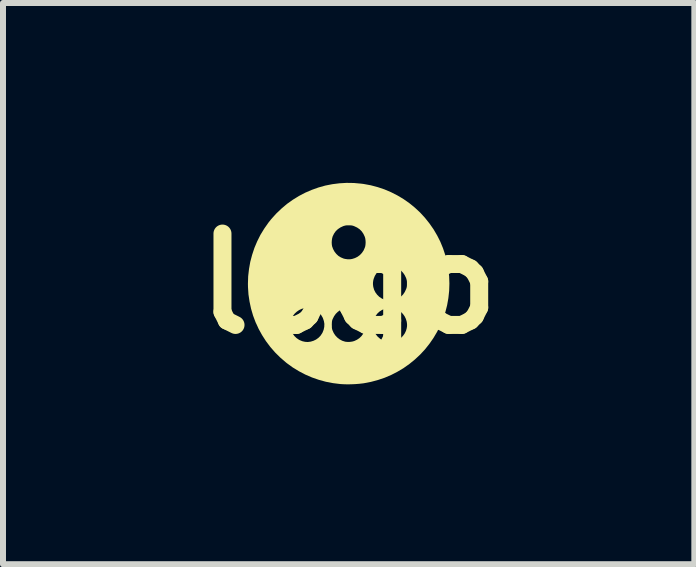
<source format=kicad_pcb>
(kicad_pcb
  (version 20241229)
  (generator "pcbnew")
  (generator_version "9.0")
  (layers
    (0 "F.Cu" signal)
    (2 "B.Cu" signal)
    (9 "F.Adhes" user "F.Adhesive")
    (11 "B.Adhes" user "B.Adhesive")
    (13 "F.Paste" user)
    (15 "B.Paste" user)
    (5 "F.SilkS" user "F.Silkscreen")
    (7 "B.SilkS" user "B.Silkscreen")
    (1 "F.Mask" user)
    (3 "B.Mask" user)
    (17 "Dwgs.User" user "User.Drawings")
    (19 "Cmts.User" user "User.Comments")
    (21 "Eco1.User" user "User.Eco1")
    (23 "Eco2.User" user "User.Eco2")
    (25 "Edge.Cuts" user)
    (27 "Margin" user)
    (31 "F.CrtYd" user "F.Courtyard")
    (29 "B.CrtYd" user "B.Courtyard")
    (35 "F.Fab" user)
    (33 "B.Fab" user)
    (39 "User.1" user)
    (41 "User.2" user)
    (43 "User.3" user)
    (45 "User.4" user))
  (footprint "logo"
    (layer "F.Cu")
    (at 2.765 1.68)
    (property "Reference" "logo" (at 0 0 0) (layer "F.SilkS") (effects (font (size 1.524 1.524) (thickness 0.3))))
    (attr board_only exclude_from_pos_files exclude_from_bom)
    (fp_poly (pts (xy 0.088 -1.678) (xy 0.209 -1.667) (xy 0.249 -1.662) (xy 0.368 -1.64) (xy 0.485 -1.609) (xy 0.598 -1.571) (xy 0.708 -1.524) (xy 0.814 -1.47) (xy 0.916 -1.409) (xy 1.013 -1.341) (xy 1.105 -1.266) (xy 1.192 -1.185) (xy 1.272 -1.098) (xy 1.347 -1.004) (xy 1.416 -0.905) (xy 1.477 -0.801) (xy 1.528 -0.7) (xy 1.574 -0.588) (xy 1.612 -0.473) (xy 1.642 -0.356) (xy 1.663 -0.238) (xy 1.676 -0.119) (xy 1.68 0.001) (xy 1.676 0.121) (xy 1.663 0.241) (xy 1.642 0.36) (xy 1.612 0.477) (xy 1.576 0.583) (xy 1.529 0.696) (xy 1.475 0.804) (xy 1.414 0.907) (xy 1.346 1.005) (xy 1.272 1.098) (xy 1.191 1.185) (xy 1.105 1.265) (xy 1.013 1.34) (xy 0.917 1.408) (xy 0.815 1.469) (xy 0.71 1.523) (xy 0.6 1.57) (xy 0.487 1.608) (xy 0.371 1.639) (xy 0.252 1.662) (xy 0.236 1.664) (xy 0.175 1.671) (xy 0.11 1.676) (xy 0.042 1.679) (xy -0.025 1.68) (xy -0.089 1.678) (xy -0.139 1.675) (xy -0.261 1.66) (xy -0.38 1.637) (xy -0.497 1.605) (xy -0.612 1.565) (xy -0.723 1.517) (xy -0.83 1.461) (xy -0.933 1.398) (xy -1.031 1.327) (xy -1.047 1.314) (xy -1.14 1.234) (xy -1.227 1.148) (xy -1.307 1.056) (xy -1.379 0.96) (xy -1.444 0.859) (xy -1.502 0.754) (xy -1.531 0.69) (xy -0.974 0.69) (xy -0.973 0.715) (xy -0.968 0.744) (xy -0.968 0.745) (xy -0.954 0.791) (xy -0.933 0.835) (xy -0.905 0.874) (xy -0.87 0.908) (xy -0.831 0.935) (xy -0.818 0.942) (xy -0.772 0.961) (xy -0.727 0.971) (xy -0.682 0.974) (xy -0.635 0.968) (xy -0.634 0.968) (xy -0.588 0.954) (xy -0.544 0.933) (xy -0.505 0.905) (xy -0.471 0.871) (xy -0.444 0.831) (xy -0.436 0.817) (xy -0.417 0.769) (xy -0.407 0.721) (xy -0.406 0.687) (xy -0.281 0.687) (xy -0.28 0.714) (xy -0.28 0.734) (xy -0.278 0.749) (xy -0.275 0.763) (xy -0.271 0.776) (xy -0.27 0.778) (xy -0.25 0.823) (xy -0.223 0.864) (xy -0.189 0.9) (xy -0.15 0.93) (xy -0.107 0.953) (xy -0.06 0.968) (xy -0.048 0.97) (xy -0.015 0.973) (xy 0.021 0.972) (xy 0.058 0.967) (xy 0.092 0.958) (xy 0.137 0.937) (xy 0.178 0.91) (xy 0.214 0.875) (xy 0.243 0.835) (xy 0.266 0.79) (xy 0.27 0.778) (xy 0.275 0.764) (xy 0.278 0.75) (xy 0.28 0.735) (xy 0.28 0.716) (xy 0.28 0.707) (xy 0.405 0.707) (xy 0.412 0.754) (xy 0.427 0.8) (xy 0.451 0.843) (xy 0.482 0.883) (xy 0.49 0.89) (xy 0.528 0.923) (xy 0.571 0.948) (xy 0.617 0.964) (xy 0.665 0.973) (xy 0.715 0.972) (xy 0.745 0.968) (xy 0.791 0.954) (xy 0.835 0.933) (xy 0.874 0.905) (xy 0.907 0.87) (xy 0.935 0.831) (xy 0.956 0.787) (xy 0.968 0.745) (xy 0.973 0.714) (xy 0.974 0.688) (xy 0.972 0.661) (xy 0.968 0.634) (xy 0.954 0.588) (xy 0.933 0.545) (xy 0.905 0.506) (xy 0.872 0.473) (xy 0.833 0.445) (xy 0.791 0.424) (xy 0.745 0.41) (xy 0.697 0.405) (xy 0.69 0.404) (xy 0.642 0.409) (xy 0.596 0.421) (xy 0.552 0.442) (xy 0.512 0.468) (xy 0.477 0.501) (xy 0.449 0.54) (xy 0.436 0.562) (xy 0.417 0.61) (xy 0.407 0.658) (xy 0.405 0.707) (xy 0.28 0.707) (xy 0.281 0.69) (xy 0.281 0.687) (xy 0.28 0.662) (xy 0.28 0.643) (xy 0.278 0.628) (xy 0.275 0.615) (xy 0.271 0.603) (xy 0.269 0.596) (xy 0.247 0.55) (xy 0.218 0.509) (xy 0.185 0.474) (xy 0.146 0.446) (xy 0.104 0.425) (xy 0.06 0.411) (xy 0.013 0.405) (xy -0.035 0.407) (xy -0.084 0.418) (xy -0.096 0.422) (xy -0.14 0.442) (xy -0.18 0.47) (xy -0.215 0.504) (xy -0.244 0.545) (xy -0.267 0.591) (xy -0.269 0.596) (xy -0.274 0.61) (xy -0.277 0.622) (xy -0.279 0.636) (xy -0.28 0.653) (xy -0.281 0.675) (xy -0.281 0.687) (xy -0.406 0.687) (xy -0.405 0.673) (xy -0.413 0.625) (xy -0.429 0.577) (xy -0.436 0.562) (xy -0.461 0.521) (xy -0.493 0.485) (xy -0.53 0.455) (xy -0.571 0.432) (xy -0.616 0.415) (xy -0.663 0.406) (xy -0.69 0.404) (xy -0.737 0.409) (xy -0.783 0.421) (xy -0.826 0.441) (xy -0.865 0.468) (xy -0.9 0.5) (xy -0.929 0.537) (xy -0.951 0.579) (xy -0.966 0.625) (xy -0.968 0.635) (xy -0.973 0.665) (xy -0.974 0.69) (xy -1.531 0.69) (xy -1.552 0.646) (xy -1.594 0.534) (xy -1.628 0.418) (xy -1.653 0.301) (xy -1.671 0.181) (xy -1.679 0.059) (xy -1.68 0.007) (xy 0.405 0.007) (xy 0.408 0.039) (xy 0.411 0.057) (xy 0.425 0.105) (xy 0.447 0.148) (xy 0.476 0.187) (xy 0.511 0.221) (xy 0.552 0.248) (xy 0.598 0.269) (xy 0.62 0.276) (xy 0.645 0.281) (xy 0.675 0.282) (xy 0.707 0.282) (xy 0.739 0.278) (xy 0.768 0.273) (xy 0.783 0.269) (xy 0.83 0.246) (xy 0.872 0.217) (xy 0.907 0.182) (xy 0.935 0.141) (xy 0.957 0.094) (xy 0.959 0.09) (xy 0.965 0.072) (xy 0.969 0.056) (xy 0.971 0.041) (xy 0.972 0.022) (xy 0.972 0) (xy 0.972 -0.024) (xy 0.971 -0.042) (xy 0.968 -0.058) (xy 0.964 -0.073) (xy 0.959 -0.09) (xy 0.937 -0.137) (xy 0.909 -0.179) (xy 0.875 -0.215) (xy 0.834 -0.244) (xy 0.787 -0.267) (xy 0.783 -0.268) (xy 0.754 -0.276) (xy 0.72 -0.281) (xy 0.685 -0.283) (xy 0.651 -0.281) (xy 0.624 -0.277) (xy 0.576 -0.26) (xy 0.532 -0.236) (xy 0.494 -0.206) (xy 0.462 -0.17) (xy 0.436 -0.128) (xy 0.418 -0.082) (xy 0.411 -0.057) (xy 0.406 -0.023) (xy 0.405 0.007) (xy -1.68 0.007) (xy -1.68 0) (xy -1.676 -0.123) (xy -1.662 -0.244) (xy -1.641 -0.363) (xy -1.61 -0.48) (xy -1.572 -0.595) (xy -1.534 -0.685) (xy -0.283 -0.685) (xy -0.281 -0.651) (xy -0.277 -0.624) (xy -0.26 -0.577) (xy -0.236 -0.533) (xy -0.206 -0.495) (xy -0.171 -0.462) (xy -0.13 -0.437) (xy -0.085 -0.418) (xy -0.061 -0.412) (xy -0.018 -0.406) (xy 0.024 -0.406) (xy 0.057 -0.411) (xy 0.105 -0.426) (xy 0.149 -0.448) (xy 0.188 -0.477) (xy 0.221 -0.512) (xy 0.249 -0.553) (xy 0.269 -0.599) (xy 0.277 -0.624) (xy 0.281 -0.654) (xy 0.283 -0.688) (xy 0.281 -0.724) (xy 0.276 -0.757) (xy 0.268 -0.783) (xy 0.246 -0.83) (xy 0.218 -0.871) (xy 0.182 -0.907) (xy 0.141 -0.935) (xy 0.094 -0.957) (xy 0.09 -0.959) (xy 0.072 -0.965) (xy 0.056 -0.969) (xy 0.041 -0.971) (xy 0.022 -0.972) (xy 0 -0.972) (xy -0.024 -0.972) (xy -0.042 -0.971) (xy -0.058 -0.968) (xy -0.073 -0.964) (xy -0.09 -0.959) (xy -0.137 -0.937) (xy -0.179 -0.909) (xy -0.215 -0.875) (xy -0.244 -0.834) (xy -0.267 -0.787) (xy -0.268 -0.783) (xy -0.276 -0.754) (xy -0.281 -0.72) (xy -0.283 -0.685) (xy -1.534 -0.685) (xy -1.525 -0.706) (xy -1.471 -0.814) (xy -1.408 -0.917) (xy -1.338 -1.017) (xy -1.291 -1.076) (xy -1.209 -1.167) (xy -1.121 -1.251) (xy -1.029 -1.329) (xy -0.932 -1.398) (xy -0.83 -1.461) (xy -0.725 -1.516) (xy -0.616 -1.563) (xy -0.504 -1.603) (xy -0.39 -1.635) (xy -0.273 -1.658) (xy -0.154 -1.673) (xy -0.034 -1.68)) (stroke (width 0) (type solid)) (fill yes) (layer "F.SilkS")))
  (gr_rect
    (start -3 -3)
    (end 8.53 6.36)
    (stroke (width 0.1) (type default))
    (fill no)
    (layer "Edge.Cuts")))
</source>
